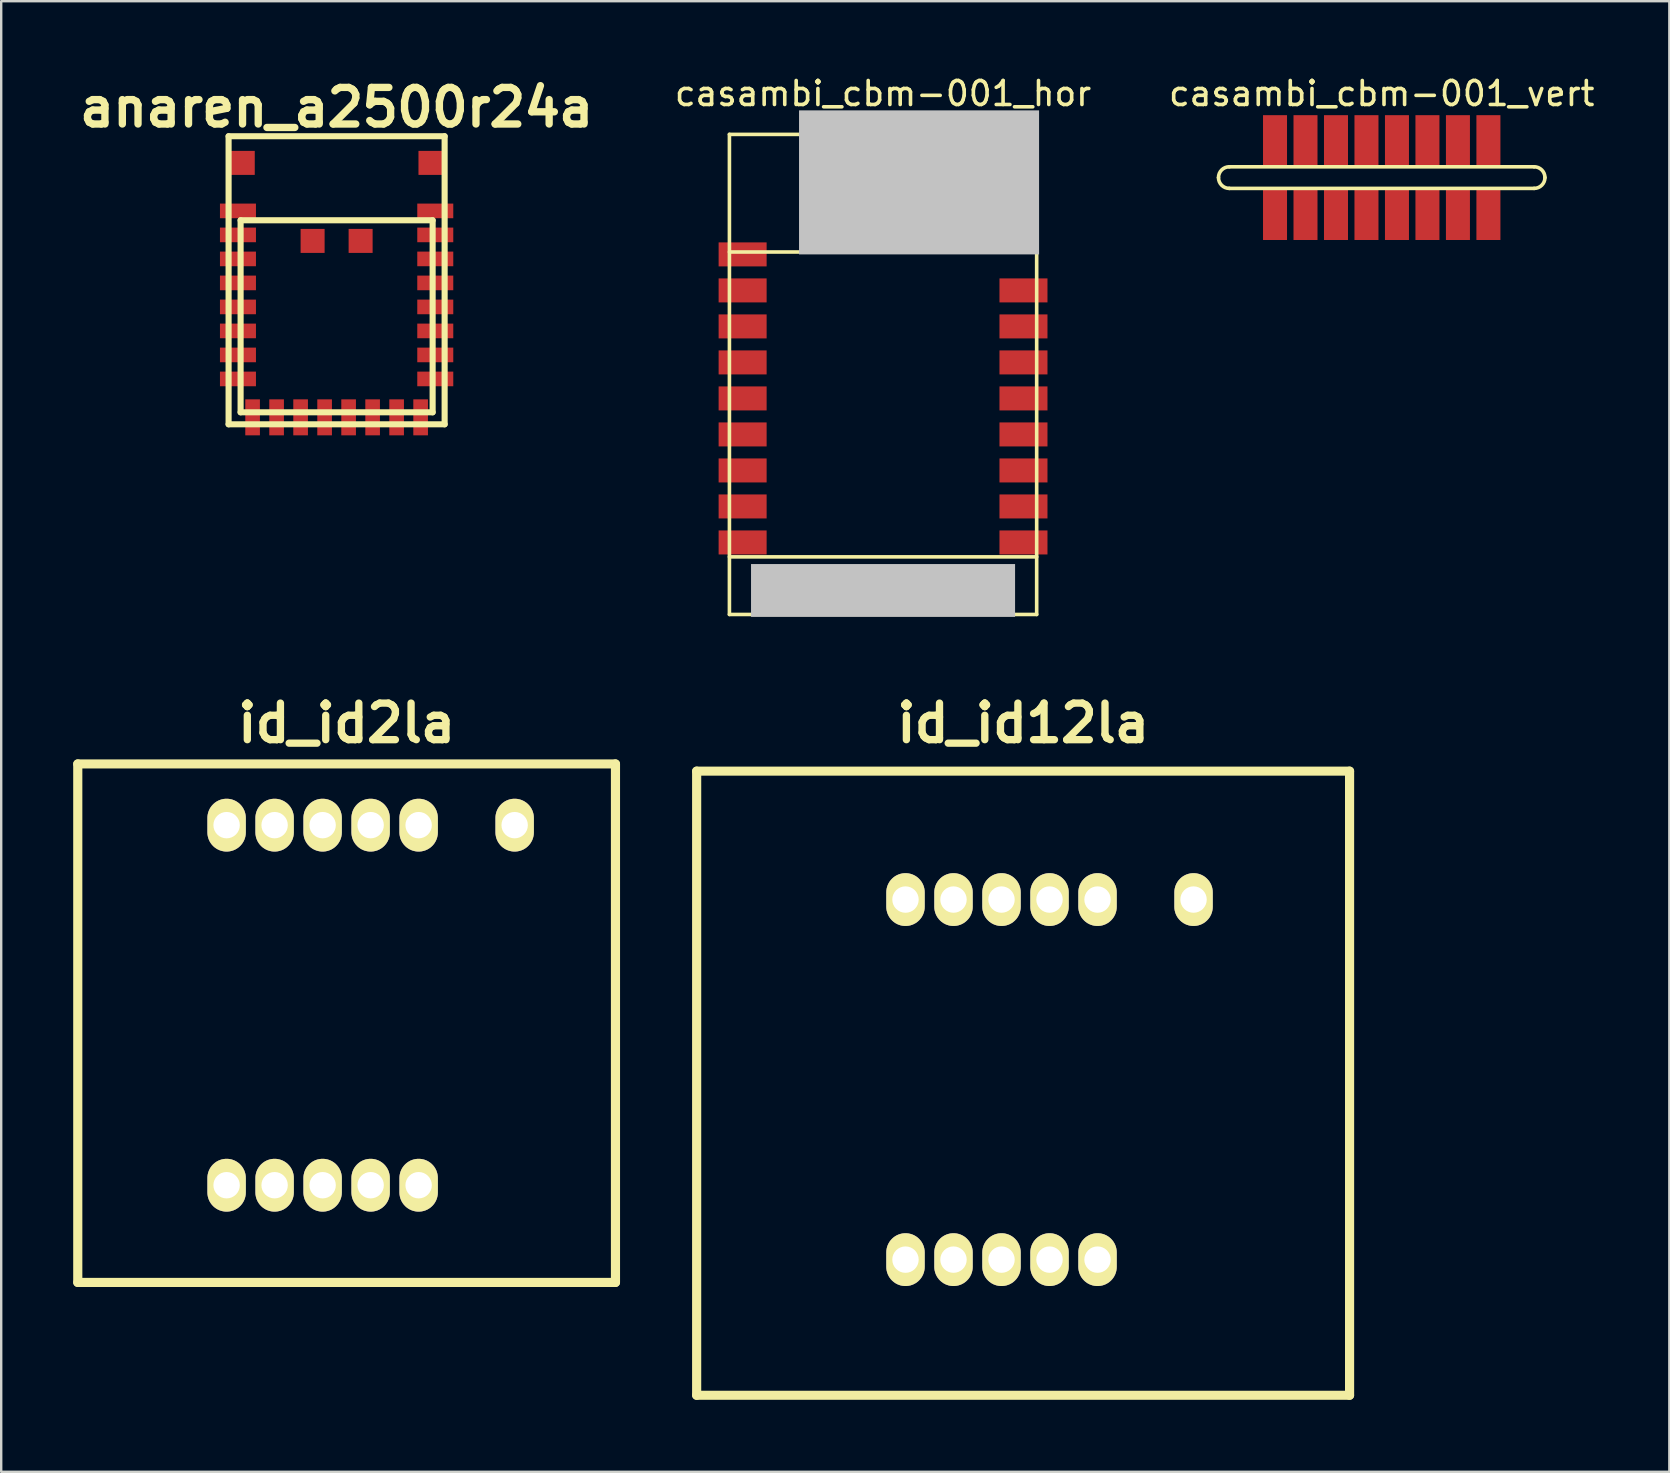
<source format=kicad_pcb>
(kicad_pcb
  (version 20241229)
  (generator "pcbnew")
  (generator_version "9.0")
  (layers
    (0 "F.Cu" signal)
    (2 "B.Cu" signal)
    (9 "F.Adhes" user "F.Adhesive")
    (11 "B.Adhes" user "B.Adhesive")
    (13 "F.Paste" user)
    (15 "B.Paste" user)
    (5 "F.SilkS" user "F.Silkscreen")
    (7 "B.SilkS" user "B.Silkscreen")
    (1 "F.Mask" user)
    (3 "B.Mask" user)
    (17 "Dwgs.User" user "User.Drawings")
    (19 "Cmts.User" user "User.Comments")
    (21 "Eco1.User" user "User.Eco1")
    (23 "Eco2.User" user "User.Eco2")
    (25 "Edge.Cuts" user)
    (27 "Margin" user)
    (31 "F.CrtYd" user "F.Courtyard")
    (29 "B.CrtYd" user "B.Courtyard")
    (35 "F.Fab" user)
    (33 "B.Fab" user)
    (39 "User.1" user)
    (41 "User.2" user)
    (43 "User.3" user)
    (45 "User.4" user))
  (footprint "casambi_cbm-001_hor"
    (layer "F.Cu")
    (at 33.737 12.548)
    (property "Reference" "casambi_cbm-001_hor" (at 0 -11.7 0) (layer "F.SilkS") (effects (font (size 1 1) (thickness 0.15))))
    (attr through_hole)
    (fp_line (start -6.4 -10) (end -6.4 10) (stroke (width 0.15) (type solid)) (layer "F.SilkS"))
    (fp_line (start -6.4 -10) (end 6.4 -10) (stroke (width 0.15) (type solid)) (layer "F.SilkS"))
    (fp_line (start -2.1 -9.2) (end -2.1 -7.3) (stroke (width 0.15) (type solid)) (layer "F.SilkS"))
    (fp_line (start -2.1 -7.3) (end 4.7 -7.3) (stroke (width 0.15) (type solid)) (layer "F.SilkS"))
    (fp_line (start 4.7 -9.2) (end -2.1 -9.2) (stroke (width 0.15) (type solid)) (layer "F.SilkS"))
    (fp_line (start 4.7 -7.3) (end 4.7 -9.2) (stroke (width 0.15) (type solid)) (layer "F.SilkS"))
    (fp_line (start 6.4 -10) (end 6.4 10) (stroke (width 0.15) (type solid)) (layer "F.SilkS"))
    (fp_line (start 6.4 -5.1) (end -6.4 -5.1) (stroke (width 0.15) (type solid)) (layer "F.SilkS"))
    (fp_line (start 6.4 7.6) (end -6.4 7.6) (stroke (width 0.15) (type solid)) (layer "F.SilkS"))
    (fp_line (start 6.4 10) (end -6.4 10) (stroke (width 0.15) (type solid)) (layer "F.SilkS"))
    (pad "" smd rect (at 0 9) (size 11 2.2) (layers "Dwgs.User"))
    (pad "" smd rect (at 1.5 -8) (size 10 6) (layers "Dwgs.User"))
    (pad "1" smd rect (at -5.85 -5) (size 2 1) (layers "F.Cu" "F.Mask" "F.Paste"))
    (pad "1" smd rect (at -5.85 7) (size 2 1) (layers "F.Cu" "F.Mask" "F.Paste"))
    (pad "2" smd rect (at -5.85 5.5) (size 2 1) (layers "F.Cu" "F.Mask" "F.Paste"))
    (pad "3" smd rect (at -5.85 4) (size 2 1) (layers "F.Cu" "F.Mask" "F.Paste"))
    (pad "4" smd rect (at -5.85 2.5) (size 2 1) (layers "F.Cu" "F.Mask" "F.Paste"))
    (pad "5" smd rect (at -5.85 1) (size 2 1) (layers "F.Cu" "F.Mask" "F.Paste"))
    (pad "6" smd rect (at -5.85 -0.5) (size 2 1) (layers "F.Cu" "F.Mask" "F.Paste"))
    (pad "7" smd rect (at -5.85 -2) (size 2 1) (layers "F.Cu" "F.Mask" "F.Paste"))
    (pad "8" smd rect (at -5.85 -3.5) (size 2 1) (layers "F.Cu" "F.Mask" "F.Paste"))
    (pad "9" smd rect (at 5.85 7) (size 2 1) (layers "F.Cu" "F.Mask" "F.Paste"))
    (pad "10" smd rect (at 5.85 5.5) (size 2 1) (layers "F.Cu" "F.Mask" "F.Paste"))
    (pad "11" smd rect (at 5.85 4) (size 2 1) (layers "F.Cu" "F.Mask" "F.Paste"))
    (pad "12" smd rect (at 5.85 2.5) (size 2 1) (layers "F.Cu" "F.Mask" "F.Paste"))
    (pad "13" smd rect (at 5.85 1) (size 2 1) (layers "F.Cu" "F.Mask" "F.Paste"))
    (pad "14" smd rect (at 5.85 -0.5) (size 2 1) (layers "F.Cu" "F.Mask" "F.Paste"))
    (pad "15" smd rect (at 5.85 -2) (size 2 1) (layers "F.Cu" "F.Mask" "F.Paste"))
    (pad "16" smd rect (at 5.85 -3.5) (size 2 1) (layers "F.Cu" "F.Mask" "F.Paste")))
  (footprint "id_id12la"
    (layer "F.Cu")
    (at 39.572 42.075)
    (property "Reference" "id_id12la" (at 0 -15 0) (layer "F.SilkS") (effects (font (size 1.524 1.524) (thickness 0.305))))
    (attr through_hole)
    (fp_line (start -13.6 -13) (end -13.6 13) (stroke (width 0.381) (type solid)) (layer "F.SilkS"))
    (fp_line (start -13.6 -13) (end 13.6 -13) (stroke (width 0.378) (type solid)) (layer "F.SilkS"))
    (fp_line (start -13.6 13) (end 13.6 13) (stroke (width 0.378) (type solid)) (layer "F.SilkS"))
    (fp_line (start 13.6 -13) (end 13.6 13) (stroke (width 0.381) (type solid)) (layer "F.SilkS"))
    (pad "1" thru_hole oval (at 3.1 7.35) (size 1.6 2.2) (drill 1.1) (layers "*.Cu" "*.Mask" "F.SilkS"))
    (pad "2" thru_hole oval (at 1.1 7.35) (size 1.6 2.2) (drill 1.1) (layers "*.Cu" "*.Mask" "F.SilkS"))
    (pad "3" thru_hole oval (at -0.9 7.35) (size 1.6 2.2) (drill 1.1) (layers "*.Cu" "*.Mask" "F.SilkS"))
    (pad "4" thru_hole oval (at -2.9 7.35) (size 1.6 2.2) (drill 1.1) (layers "*.Cu" "*.Mask" "F.SilkS"))
    (pad "5" thru_hole oval (at -4.9 7.35) (size 1.6 2.2) (drill 1.1) (layers "*.Cu" "*.Mask" "F.SilkS"))
    (pad "6" thru_hole oval (at -4.9 -7.65) (size 1.6 2.2) (drill 1.1) (layers "*.Cu" "*.Mask" "F.SilkS"))
    (pad "7" thru_hole oval (at -2.9 -7.65) (size 1.6 2.2) (drill 1.1) (layers "*.Cu" "*.Mask" "F.SilkS"))
    (pad "8" thru_hole oval (at -0.9 -7.65) (size 1.6 2.2) (drill 1.1) (layers "*.Cu" "*.Mask" "F.SilkS"))
    (pad "9" thru_hole oval (at 1.1 -7.65) (size 1.6 2.2) (drill 1.1) (layers "*.Cu" "*.Mask" "F.SilkS"))
    (pad "10" thru_hole oval (at 3.1 -7.65) (size 1.6 2.2) (drill 1.1) (layers "*.Cu" "*.Mask" "F.SilkS"))
    (pad "11" thru_hole oval (at 7.1 -7.65) (size 1.6 2.2) (drill 1.1) (layers "*.Cu" "*.Mask" "F.SilkS")))
  (footprint "id_id2la"
    (layer "F.Cu")
    (at 11.39 39.575)
    (property "Reference" "id_id2la" (at 0 -12.5 0) (layer "F.SilkS") (effects (font (size 1.524 1.524) (thickness 0.305))))
    (attr through_hole)
    (fp_line (start -11.2 -10.8) (end -11.2 10.8) (stroke (width 0.381) (type solid)) (layer "F.SilkS"))
    (fp_line (start -11.2 -10.8) (end 11.2 -10.8) (stroke (width 0.378) (type solid)) (layer "F.SilkS"))
    (fp_line (start -11.2 10.8) (end 11.2 10.8) (stroke (width 0.378) (type solid)) (layer "F.SilkS"))
    (fp_line (start 11.2 -10.8) (end 11.2 10.8) (stroke (width 0.381) (type solid)) (layer "F.SilkS"))
    (pad "1" thru_hole oval (at 3 6.75) (size 1.6 2.2) (drill 1.1) (layers "*.Cu" "*.Mask" "F.SilkS"))
    (pad "2" thru_hole oval (at 1 6.75) (size 1.6 2.2) (drill 1.1) (layers "*.Cu" "*.Mask" "F.SilkS"))
    (pad "3" thru_hole oval (at -1 6.75) (size 1.6 2.2) (drill 1.1) (layers "*.Cu" "*.Mask" "F.SilkS"))
    (pad "4" thru_hole oval (at -3 6.75) (size 1.6 2.2) (drill 1.1) (layers "*.Cu" "*.Mask" "F.SilkS"))
    (pad "5" thru_hole oval (at -5 6.75) (size 1.6 2.2) (drill 1.1) (layers "*.Cu" "*.Mask" "F.SilkS"))
    (pad "6" thru_hole oval (at -5 -8.25) (size 1.6 2.2) (drill 1.1) (layers "*.Cu" "*.Mask" "F.SilkS"))
    (pad "7" thru_hole oval (at -3 -8.25) (size 1.6 2.2) (drill 1.1) (layers "*.Cu" "*.Mask" "F.SilkS"))
    (pad "8" thru_hole oval (at -1 -8.25) (size 1.6 2.2) (drill 1.1) (layers "*.Cu" "*.Mask" "F.SilkS"))
    (pad "9" thru_hole oval (at 1 -8.25) (size 1.6 2.2) (drill 1.1) (layers "*.Cu" "*.Mask" "F.SilkS"))
    (pad "10" thru_hole oval (at 3 -8.25) (size 1.6 2.2) (drill 1.1) (layers "*.Cu" "*.Mask" "F.SilkS"))
    (pad "11" thru_hole oval (at 7 -8.25) (size 1.6 2.2) (drill 1.1) (layers "*.Cu" "*.Mask" "F.SilkS")))
  (footprint "anaren_a2500r24a"
    (layer "F.Cu")
    (at 10.973 8.626)
    (property "Reference" "anaren_a2500r24a" (at 0 -7.2 0) (layer "F.SilkS") (effects (font (size 1.524 1.524) (thickness 0.305))))
    (attr through_hole)
    (fp_line (start -4.5 -6) (end -4.5 6) (stroke (width 0.254) (type solid)) (layer "F.SilkS"))
    (fp_line (start -4.5 -6) (end 4.5 -6) (stroke (width 0.254) (type solid)) (layer "F.SilkS"))
    (fp_line (start -4.5 6) (end 4.5 6) (stroke (width 0.254) (type solid)) (layer "F.SilkS"))
    (fp_line (start -4 -2.5) (end -4 5.5) (stroke (width 0.254) (type solid)) (layer "F.SilkS"))
    (fp_line (start -4 -2.5) (end 4 -2.5) (stroke (width 0.254) (type solid)) (layer "F.SilkS"))
    (fp_line (start -4 5.5) (end 4 5.5) (stroke (width 0.254) (type solid)) (layer "F.SilkS"))
    (fp_line (start 4 -2.5) (end 4 5.5) (stroke (width 0.254) (type solid)) (layer "F.SilkS"))
    (fp_line (start 4.5 -6) (end 4.5 6) (stroke (width 0.254) (type solid)) (layer "F.SilkS"))
    (pad "" smd rect (at -3.91 -4.89) (size 1 1) (layers "F.Cu" "F.Mask" "F.Paste"))
    (pad "" smd rect (at -1 -1.64) (size 1 1) (layers "F.Cu" "F.Mask" "F.Paste"))
    (pad "" smd rect (at 1 -1.64) (size 1 1) (layers "F.Cu" "F.Mask" "F.Paste"))
    (pad "" smd rect (at 3.91 -4.89) (size 1 1) (layers "F.Cu" "F.Mask" "F.Paste"))
    (pad "1" smd rect (at -4.11 -2.89) (size 1.5 0.61) (layers "F.Cu" "F.Mask" "F.Paste"))
    (pad "2" smd rect (at -4.11 -1.89) (size 1.5 0.61) (layers "F.Cu" "F.Mask" "F.Paste"))
    (pad "3" smd rect (at -4.11 -0.89) (size 1.5 0.61) (layers "F.Cu" "F.Mask" "F.Paste"))
    (pad "4" smd rect (at -4.11 0.11) (size 1.5 0.61) (layers "F.Cu" "F.Mask" "F.Paste"))
    (pad "5" smd rect (at -4.11 1.11) (size 1.5 0.61) (layers "F.Cu" "F.Mask" "F.Paste"))
    (pad "6" smd rect (at -4.11 2.11) (size 1.5 0.61) (layers "F.Cu" "F.Mask" "F.Paste"))
    (pad "7" smd rect (at -4.11 3.11) (size 1.5 0.61) (layers "F.Cu" "F.Mask" "F.Paste"))
    (pad "8" smd rect (at -4.11 4.11) (size 1.5 0.61) (layers "F.Cu" "F.Mask" "F.Paste"))
    (pad "9" smd rect (at -3.5 5.71) (size 0.61 1.5) (layers "F.Cu" "F.Mask" "F.Paste"))
    (pad "10" smd rect (at -2.5 5.71) (size 0.61 1.5) (layers "F.Cu" "F.Mask" "F.Paste"))
    (pad "11" smd rect (at -1.5 5.71) (size 0.61 1.5) (layers "F.Cu" "F.Mask" "F.Paste"))
    (pad "12" smd rect (at -0.5 5.71) (size 0.61 1.5) (layers "F.Cu" "F.Mask" "F.Paste"))
    (pad "13" smd rect (at 0.5 5.71) (size 0.61 1.5) (layers "F.Cu" "F.Mask" "F.Paste"))
    (pad "14" smd rect (at 1.5 5.71) (size 0.61 1.5) (layers "F.Cu" "F.Mask" "F.Paste"))
    (pad "15" smd rect (at 2.5 5.71) (size 0.61 1.5) (layers "F.Cu" "F.Mask" "F.Paste"))
    (pad "16" smd rect (at 3.5 5.71) (size 0.61 1.5) (layers "F.Cu" "F.Mask" "F.Paste"))
    (pad "17" smd rect (at 4.11 4.11) (size 1.5 0.61) (layers "F.Cu" "F.Mask" "F.Paste"))
    (pad "18" smd rect (at 4.11 3.11) (size 1.5 0.61) (layers "F.Cu" "F.Mask" "F.Paste"))
    (pad "19" smd rect (at 4.11 2.11) (size 1.5 0.61) (layers "F.Cu" "F.Mask" "F.Paste"))
    (pad "20" smd rect (at 4.11 1.11) (size 1.5 0.61) (layers "F.Cu" "F.Mask" "F.Paste"))
    (pad "21" smd rect (at 4.11 0.11) (size 1.5 0.61) (layers "F.Cu" "F.Mask" "F.Paste"))
    (pad "22" smd rect (at 4.11 -0.89) (size 1.5 0.61) (layers "F.Cu" "F.Mask" "F.Paste"))
    (pad "23" smd rect (at 4.11 -1.89) (size 1.5 0.61) (layers "F.Cu" "F.Mask" "F.Paste"))
    (pad "24" smd rect (at 4.11 -2.89) (size 1.5 0.61) (layers "F.Cu" "F.Mask" "F.Paste")))
  (footprint "casambi_cbm-001_vert"
    (layer "F.Cu")
    (at 54.511 4.348)
    (property "Reference" "casambi_cbm-001_vert" (at 0 -3.5 0) (layer "F.SilkS") (effects (font (size 1 1) (thickness 0.15))))
    (attr through_hole)
    (fp_line (start -6.35 -0.45) (end 6.35 -0.45) (stroke (width 0.15) (type solid)) (layer "F.SilkS"))
    (fp_line (start -6.35 0.45) (end 6.35 0.45) (stroke (width 0.15) (type solid)) (layer "F.SilkS"))
    (fp_arc (start -6.8 0) (mid -6.668198 -0.318198) (end -6.35 -0.45) (stroke (width 0.15) (type solid)) (layer "F.SilkS"))
    (fp_arc (start -6.35 0.45) (mid -6.668198 0.318198) (end -6.8 0) (stroke (width 0.15) (type solid)) (layer "F.SilkS"))
    (fp_arc (start 6.35 -0.45) (mid 6.668198 -0.318198) (end 6.8 0) (stroke (width 0.15) (type solid)) (layer "F.SilkS"))
    (fp_arc (start 6.8 0) (mid 6.668198 0.318198) (end 6.35 0.45) (stroke (width 0.15) (type solid)) (layer "F.SilkS"))
    (pad "1" smd rect (at -4.445 1.5) (size 1 2.2) (layers "F.Cu" "F.Mask" "F.Paste"))
    (pad "2" smd rect (at -3.175 1.5) (size 1 2.2) (layers "F.Cu" "F.Mask" "F.Paste"))
    (pad "3" smd rect (at -1.905 1.5) (size 1 2.2) (layers "F.Cu" "F.Mask" "F.Paste"))
    (pad "4" smd rect (at -0.635 1.5) (size 1 2.2) (layers "F.Cu" "F.Mask" "F.Paste"))
    (pad "5" smd rect (at 0.635 1.5) (size 1 2.2) (layers "F.Cu" "F.Mask" "F.Paste"))
    (pad "6" smd rect (at 1.905 1.5) (size 1 2.2) (layers "F.Cu" "F.Mask" "F.Paste"))
    (pad "7" smd rect (at 3.175 1.5) (size 1 2.2) (layers "F.Cu" "F.Mask" "F.Paste"))
    (pad "8" smd rect (at 4.445 1.5) (size 1 2.2) (layers "F.Cu" "F.Mask" "F.Paste"))
    (pad "9" smd rect (at 4.445 -1.5) (size 1 2.2) (layers "F.Cu" "F.Mask" "F.Paste"))
    (pad "10" smd rect (at 3.175 -1.5) (size 1 2.2) (layers "F.Cu" "F.Mask" "F.Paste"))
    (pad "11" smd rect (at 1.905 -1.5) (size 1 2.2) (layers "F.Cu" "F.Mask" "F.Paste"))
    (pad "12" smd rect (at 0.635 -1.5) (size 1 2.2) (layers "F.Cu" "F.Mask" "F.Paste"))
    (pad "13" smd rect (at -0.635 -1.5) (size 1 2.2) (layers "F.Cu" "F.Mask" "F.Paste"))
    (pad "14" smd rect (at -1.905 -1.5) (size 1 2.2) (layers "F.Cu" "F.Mask" "F.Paste"))
    (pad "15" smd rect (at -3.175 -1.5) (size 1 2.2) (layers "F.Cu" "F.Mask" "F.Paste"))
    (pad "16" smd rect (at -4.445 -1.5) (size 1 2.2) (layers "F.Cu" "F.Mask" "F.Paste")))
  (gr_rect
    (start -3 -3)
    (end 66.493 58.265)
    (stroke (width 0.1) (type default))
    (fill no)
    (layer "Edge.Cuts")))
</source>
